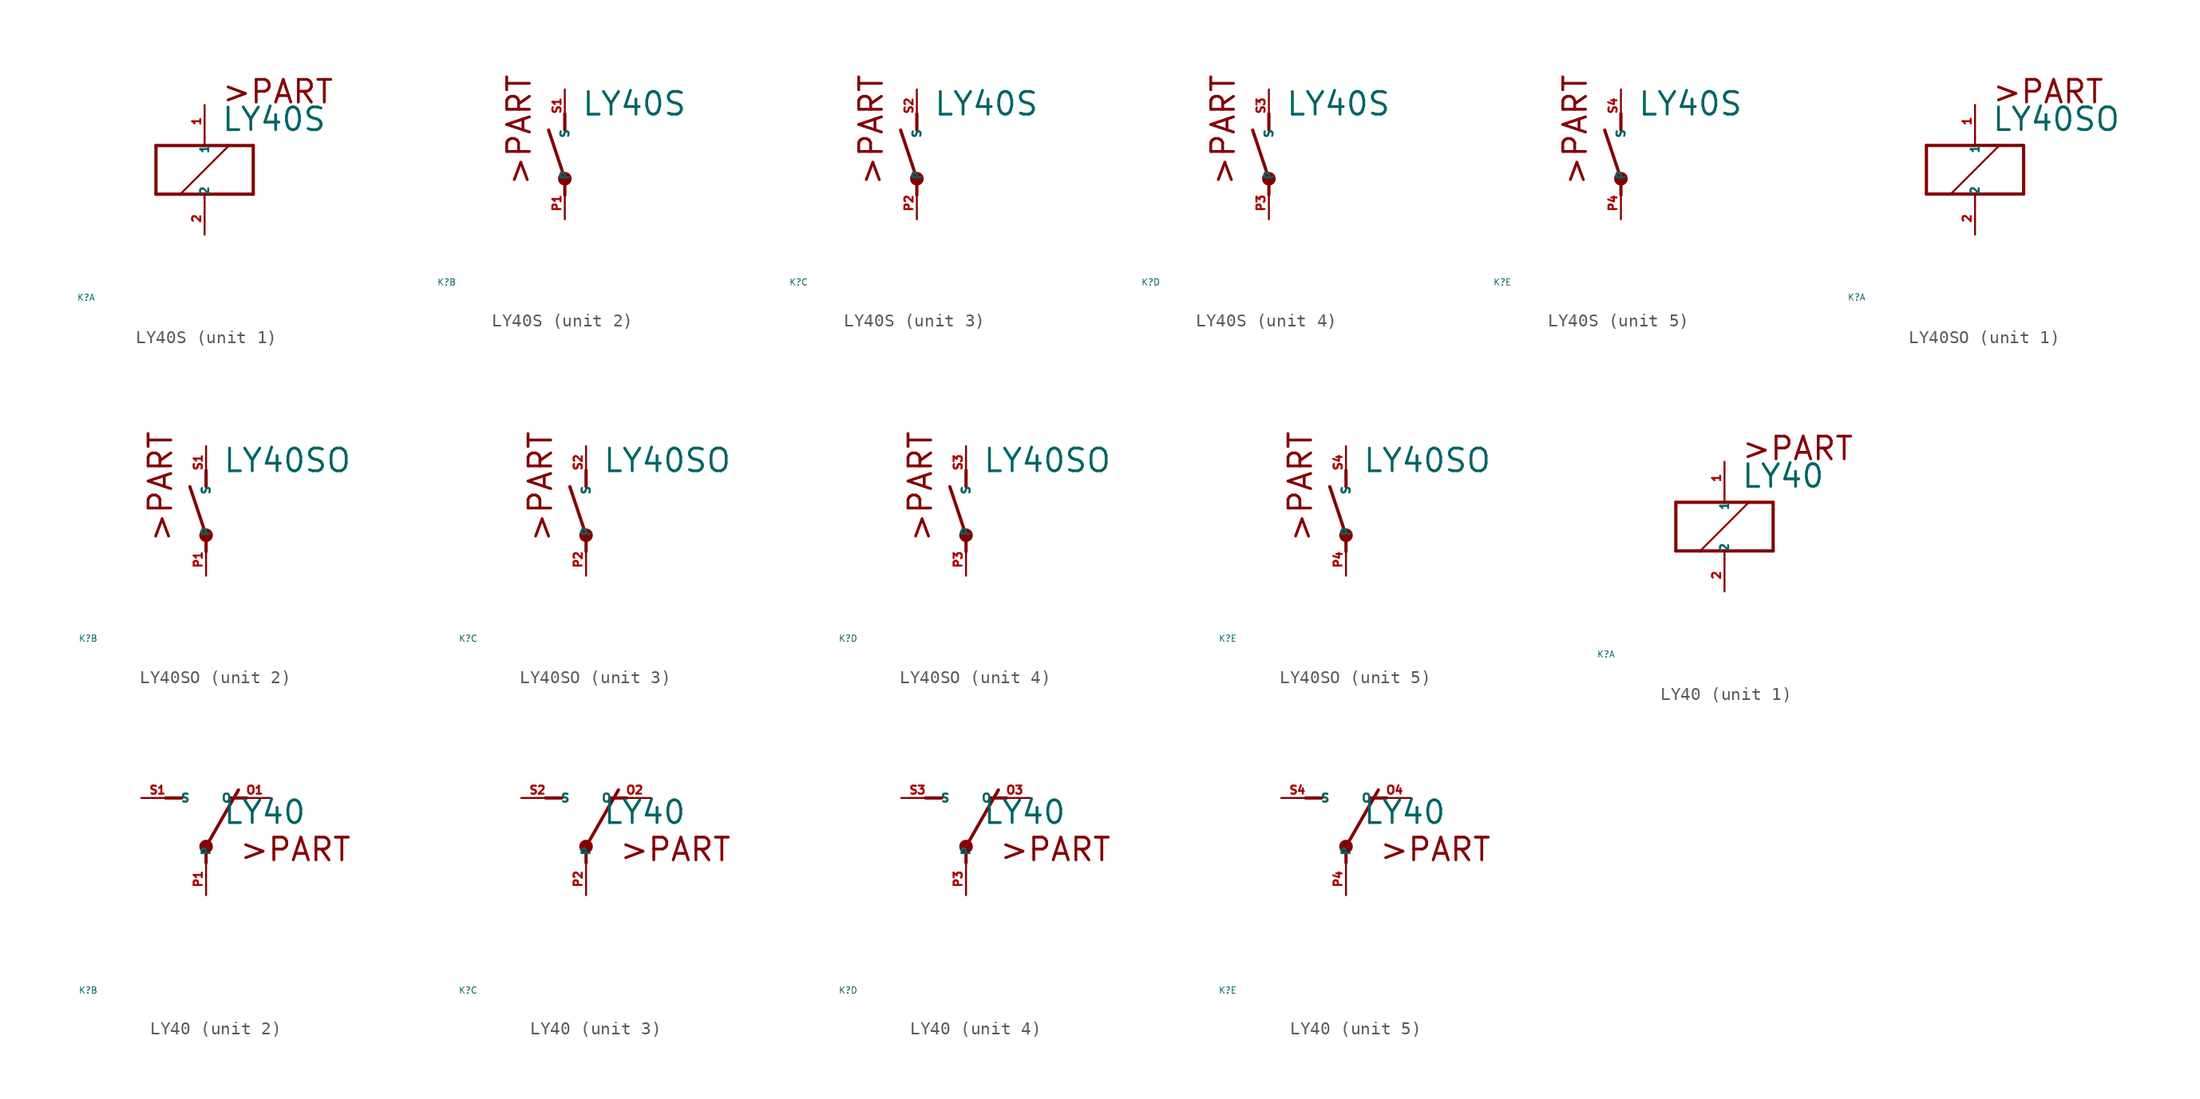
<source format=kicad_sym>
(kicad_symbol_lib
  (version 20220914)
  (generator Eagle2Kicad)
  (symbol "LY40S"
    (property "Reference" "K"
      (at -10 -10 0)
      (effects (font (size 0.5 0.5) (thickness 0.06)) (justify left)))
    (property "Value" "LY40S"
      (at 1.27 2.921 0)
      (effects (font (size 1.778 1.778) (thickness 0.22)) (justify left bottom)))
    (symbol "LY40S_1_0"
      (polyline (pts (xy -3.81 -1.905) (xy -1.905 -1.905)) (stroke (width 0.254) (type default)) (fill (type none)))
      (polyline (pts (xy 3.81 -1.905) (xy 3.81 1.905)) (stroke (width 0.254) (type default)) (fill (type none)))
      (polyline (pts (xy 3.81 1.905) (xy 1.905 1.905)) (stroke (width 0.254) (type default)) (fill (type none)))
      (polyline (pts (xy -3.81 1.905) (xy -3.81 -1.905)) (stroke (width 0.254) (type default)) (fill (type none)))
      (polyline (pts (xy 0 -2.54) (xy 0 -1.905)) (stroke (width 0.152) (type default)) (fill (type none)))
      (polyline (pts (xy 0 -1.905) (xy 3.81 -1.905)) (stroke (width 0.254) (type default)) (fill (type none)))
      (polyline (pts (xy 0 2.54) (xy 0 1.905)) (stroke (width 0.152) (type default)) (fill (type none)))
      (polyline (pts (xy 0 1.905) (xy -3.81 1.905)) (stroke (width 0.254) (type default)) (fill (type none)))
      (polyline (pts (xy -1.905 -1.905) (xy 1.905 1.905)) (stroke (width 0.152) (type default)) (fill (type none)))
      (polyline (pts (xy -1.905 -1.905) (xy 0 -1.905)) (stroke (width 0.254) (type default)) (fill (type none)))
      (polyline (pts (xy 1.905 1.905) (xy 0 1.905)) (stroke (width 0.254) (type default)) (fill (type none)))
      (text ">PART" (at 1.27 5.08 0) (effects (font (size 1.778 1.778) (thickness 0.22)) (justify left bottom)))
      (pin passive line (at 0 -5.08 90) (length 2.54) (name "2" (effects (font (size 0.635 0.635) (thickness 0.08)) (justify left bottom))) (number "2" (effects (font (size 0.635 0.635) (thickness 0.08)) (justify left bottom))))
      (pin passive line (at 0 5.08 270) (length 2.54) (name "1" (effects (font (size 0.635 0.635) (thickness 0.08)) (justify left bottom))) (number "1" (effects (font (size 0.635 0.635) (thickness 0.08)) (justify left bottom)))))
    (symbol "LY40S_2_0"
      (polyline (pts (xy 0 3.175) (xy 0 1.905)) (stroke (width 0.254) (type default)) (fill (type none)))
      (polyline (pts (xy 0 -3.175) (xy 0 -1.905)) (stroke (width 0.254) (type default)) (fill (type none)))
      (polyline (pts (xy 0 -1.905) (xy -1.27 1.905)) (stroke (width 0.254) (type default)) (fill (type none)))
      (text ">PART" (at -2.54 -2.54 900) (effects (font (size 1.778 1.778) (thickness 0.22)) (justify left bottom)))
      (circle (center 0 -1.905) (radius 0.127) (stroke (width 0.406) (type default)) (fill (type none)))
      (pin passive line (at 0 -5.08 90) (length 2.54) (name "P" (effects (font (size 0.635 0.635) (thickness 0.08)) (justify left bottom))) (number "P1" (effects (font (size 0.635 0.635) (thickness 0.08)) (justify left bottom))))
      (pin passive line (at 0 5.08 270) (length 2.54) (name "S" (effects (font (size 0.635 0.635) (thickness 0.08)) (justify left bottom))) (number "S1" (effects (font (size 0.635 0.635) (thickness 0.08)) (justify left bottom)))))
    (symbol "LY40S_3_0"
      (polyline (pts (xy 0 3.175) (xy 0 1.905)) (stroke (width 0.254) (type default)) (fill (type none)))
      (polyline (pts (xy 0 -3.175) (xy 0 -1.905)) (stroke (width 0.254) (type default)) (fill (type none)))
      (polyline (pts (xy 0 -1.905) (xy -1.27 1.905)) (stroke (width 0.254) (type default)) (fill (type none)))
      (text ">PART" (at -2.54 -2.54 900) (effects (font (size 1.778 1.778) (thickness 0.22)) (justify left bottom)))
      (circle (center 0 -1.905) (radius 0.127) (stroke (width 0.406) (type default)) (fill (type none)))
      (pin passive line (at 0 -5.08 90) (length 2.54) (name "P" (effects (font (size 0.635 0.635) (thickness 0.08)) (justify left bottom))) (number "P2" (effects (font (size 0.635 0.635) (thickness 0.08)) (justify left bottom))))
      (pin passive line (at 0 5.08 270) (length 2.54) (name "S" (effects (font (size 0.635 0.635) (thickness 0.08)) (justify left bottom))) (number "S2" (effects (font (size 0.635 0.635) (thickness 0.08)) (justify left bottom)))))
    (symbol "LY40S_4_0"
      (polyline (pts (xy 0 3.175) (xy 0 1.905)) (stroke (width 0.254) (type default)) (fill (type none)))
      (polyline (pts (xy 0 -3.175) (xy 0 -1.905)) (stroke (width 0.254) (type default)) (fill (type none)))
      (polyline (pts (xy 0 -1.905) (xy -1.27 1.905)) (stroke (width 0.254) (type default)) (fill (type none)))
      (text ">PART" (at -2.54 -2.54 900) (effects (font (size 1.778 1.778) (thickness 0.22)) (justify left bottom)))
      (circle (center 0 -1.905) (radius 0.127) (stroke (width 0.406) (type default)) (fill (type none)))
      (pin passive line (at 0 -5.08 90) (length 2.54) (name "P" (effects (font (size 0.635 0.635) (thickness 0.08)) (justify left bottom))) (number "P3" (effects (font (size 0.635 0.635) (thickness 0.08)) (justify left bottom))))
      (pin passive line (at 0 5.08 270) (length 2.54) (name "S" (effects (font (size 0.635 0.635) (thickness 0.08)) (justify left bottom))) (number "S3" (effects (font (size 0.635 0.635) (thickness 0.08)) (justify left bottom)))))
    (symbol "LY40S_5_0"
      (polyline (pts (xy 0 3.175) (xy 0 1.905)) (stroke (width 0.254) (type default)) (fill (type none)))
      (polyline (pts (xy 0 -3.175) (xy 0 -1.905)) (stroke (width 0.254) (type default)) (fill (type none)))
      (polyline (pts (xy 0 -1.905) (xy -1.27 1.905)) (stroke (width 0.254) (type default)) (fill (type none)))
      (text ">PART" (at -2.54 -2.54 900) (effects (font (size 1.778 1.778) (thickness 0.22)) (justify left bottom)))
      (circle (center 0 -1.905) (radius 0.127) (stroke (width 0.406) (type default)) (fill (type none)))
      (pin passive line (at 0 -5.08 90) (length 2.54) (name "P" (effects (font (size 0.635 0.635) (thickness 0.08)) (justify left bottom))) (number "P4" (effects (font (size 0.635 0.635) (thickness 0.08)) (justify left bottom))))
      (pin passive line (at 0 5.08 270) (length 2.54) (name "S" (effects (font (size 0.635 0.635) (thickness 0.08)) (justify left bottom))) (number "S4" (effects (font (size 0.635 0.635) (thickness 0.08)) (justify left bottom))))))
  (symbol "LY40SO"
    (property "Reference" "K"
      (at -10 -10 0)
      (effects (font (size 0.5 0.5) (thickness 0.06)) (justify left)))
    (property "Value" "LY40SO"
      (at 1.27 2.921 0)
      (effects (font (size 1.778 1.778) (thickness 0.22)) (justify left bottom)))
    (symbol "LY40SO_1_0"
      (polyline (pts (xy -3.81 -1.905) (xy -1.905 -1.905)) (stroke (width 0.254) (type default)) (fill (type none)))
      (polyline (pts (xy 3.81 -1.905) (xy 3.81 1.905)) (stroke (width 0.254) (type default)) (fill (type none)))
      (polyline (pts (xy 3.81 1.905) (xy 1.905 1.905)) (stroke (width 0.254) (type default)) (fill (type none)))
      (polyline (pts (xy -3.81 1.905) (xy -3.81 -1.905)) (stroke (width 0.254) (type default)) (fill (type none)))
      (polyline (pts (xy 0 -2.54) (xy 0 -1.905)) (stroke (width 0.152) (type default)) (fill (type none)))
      (polyline (pts (xy 0 -1.905) (xy 3.81 -1.905)) (stroke (width 0.254) (type default)) (fill (type none)))
      (polyline (pts (xy 0 2.54) (xy 0 1.905)) (stroke (width 0.152) (type default)) (fill (type none)))
      (polyline (pts (xy 0 1.905) (xy -3.81 1.905)) (stroke (width 0.254) (type default)) (fill (type none)))
      (polyline (pts (xy -1.905 -1.905) (xy 1.905 1.905)) (stroke (width 0.152) (type default)) (fill (type none)))
      (polyline (pts (xy -1.905 -1.905) (xy 0 -1.905)) (stroke (width 0.254) (type default)) (fill (type none)))
      (polyline (pts (xy 1.905 1.905) (xy 0 1.905)) (stroke (width 0.254) (type default)) (fill (type none)))
      (text ">PART" (at 1.27 5.08 0) (effects (font (size 1.778 1.778) (thickness 0.22)) (justify left bottom)))
      (pin passive line (at 0 -5.08 90) (length 2.54) (name "2" (effects (font (size 0.635 0.635) (thickness 0.08)) (justify left bottom))) (number "2" (effects (font (size 0.635 0.635) (thickness 0.08)) (justify left bottom))))
      (pin passive line (at 0 5.08 270) (length 2.54) (name "1" (effects (font (size 0.635 0.635) (thickness 0.08)) (justify left bottom))) (number "1" (effects (font (size 0.635 0.635) (thickness 0.08)) (justify left bottom)))))
    (symbol "LY40SO_2_0"
      (polyline (pts (xy 0 3.175) (xy 0 1.905)) (stroke (width 0.254) (type default)) (fill (type none)))
      (polyline (pts (xy 0 -3.175) (xy 0 -1.905)) (stroke (width 0.254) (type default)) (fill (type none)))
      (polyline (pts (xy 0 -1.905) (xy -1.27 1.905)) (stroke (width 0.254) (type default)) (fill (type none)))
      (text ">PART" (at -2.54 -2.54 900) (effects (font (size 1.778 1.778) (thickness 0.22)) (justify left bottom)))
      (circle (center 0 -1.905) (radius 0.127) (stroke (width 0.406) (type default)) (fill (type none)))
      (pin passive line (at 0 -5.08 90) (length 2.54) (name "P" (effects (font (size 0.635 0.635) (thickness 0.08)) (justify left bottom))) (number "P1" (effects (font (size 0.635 0.635) (thickness 0.08)) (justify left bottom))))
      (pin passive line (at 0 5.08 270) (length 2.54) (name "S" (effects (font (size 0.635 0.635) (thickness 0.08)) (justify left bottom))) (number "S1" (effects (font (size 0.635 0.635) (thickness 0.08)) (justify left bottom)))))
    (symbol "LY40SO_3_0"
      (polyline (pts (xy 0 3.175) (xy 0 1.905)) (stroke (width 0.254) (type default)) (fill (type none)))
      (polyline (pts (xy 0 -3.175) (xy 0 -1.905)) (stroke (width 0.254) (type default)) (fill (type none)))
      (polyline (pts (xy 0 -1.905) (xy -1.27 1.905)) (stroke (width 0.254) (type default)) (fill (type none)))
      (text ">PART" (at -2.54 -2.54 900) (effects (font (size 1.778 1.778) (thickness 0.22)) (justify left bottom)))
      (circle (center 0 -1.905) (radius 0.127) (stroke (width 0.406) (type default)) (fill (type none)))
      (pin passive line (at 0 -5.08 90) (length 2.54) (name "P" (effects (font (size 0.635 0.635) (thickness 0.08)) (justify left bottom))) (number "P2" (effects (font (size 0.635 0.635) (thickness 0.08)) (justify left bottom))))
      (pin passive line (at 0 5.08 270) (length 2.54) (name "S" (effects (font (size 0.635 0.635) (thickness 0.08)) (justify left bottom))) (number "S2" (effects (font (size 0.635 0.635) (thickness 0.08)) (justify left bottom)))))
    (symbol "LY40SO_4_0"
      (polyline (pts (xy 0 3.175) (xy 0 1.905)) (stroke (width 0.254) (type default)) (fill (type none)))
      (polyline (pts (xy 0 -3.175) (xy 0 -1.905)) (stroke (width 0.254) (type default)) (fill (type none)))
      (polyline (pts (xy 0 -1.905) (xy -1.27 1.905)) (stroke (width 0.254) (type default)) (fill (type none)))
      (text ">PART" (at -2.54 -2.54 900) (effects (font (size 1.778 1.778) (thickness 0.22)) (justify left bottom)))
      (circle (center 0 -1.905) (radius 0.127) (stroke (width 0.406) (type default)) (fill (type none)))
      (pin passive line (at 0 -5.08 90) (length 2.54) (name "P" (effects (font (size 0.635 0.635) (thickness 0.08)) (justify left bottom))) (number "P3" (effects (font (size 0.635 0.635) (thickness 0.08)) (justify left bottom))))
      (pin passive line (at 0 5.08 270) (length 2.54) (name "S" (effects (font (size 0.635 0.635) (thickness 0.08)) (justify left bottom))) (number "S3" (effects (font (size 0.635 0.635) (thickness 0.08)) (justify left bottom)))))
    (symbol "LY40SO_5_0"
      (polyline (pts (xy 0 3.175) (xy 0 1.905)) (stroke (width 0.254) (type default)) (fill (type none)))
      (polyline (pts (xy 0 -3.175) (xy 0 -1.905)) (stroke (width 0.254) (type default)) (fill (type none)))
      (polyline (pts (xy 0 -1.905) (xy -1.27 1.905)) (stroke (width 0.254) (type default)) (fill (type none)))
      (text ">PART" (at -2.54 -2.54 900) (effects (font (size 1.778 1.778) (thickness 0.22)) (justify left bottom)))
      (circle (center 0 -1.905) (radius 0.127) (stroke (width 0.406) (type default)) (fill (type none)))
      (pin passive line (at 0 -5.08 90) (length 2.54) (name "P" (effects (font (size 0.635 0.635) (thickness 0.08)) (justify left bottom))) (number "P4" (effects (font (size 0.635 0.635) (thickness 0.08)) (justify left bottom))))
      (pin passive line (at 0 5.08 270) (length 2.54) (name "S" (effects (font (size 0.635 0.635) (thickness 0.08)) (justify left bottom))) (number "S4" (effects (font (size 0.635 0.635) (thickness 0.08)) (justify left bottom))))))
  (symbol "LY40"
    (property "Reference" "K"
      (at -10 -10 0)
      (effects (font (size 0.5 0.5) (thickness 0.06)) (justify left)))
    (property "Value" "LY40"
      (at 1.27 2.921 0)
      (effects (font (size 1.778 1.778) (thickness 0.22)) (justify left bottom)))
    (symbol "LY40_1_0"
      (polyline (pts (xy -3.81 -1.905) (xy -1.905 -1.905)) (stroke (width 0.254) (type default)) (fill (type none)))
      (polyline (pts (xy 3.81 -1.905) (xy 3.81 1.905)) (stroke (width 0.254) (type default)) (fill (type none)))
      (polyline (pts (xy 3.81 1.905) (xy 1.905 1.905)) (stroke (width 0.254) (type default)) (fill (type none)))
      (polyline (pts (xy -3.81 1.905) (xy -3.81 -1.905)) (stroke (width 0.254) (type default)) (fill (type none)))
      (polyline (pts (xy 0 -2.54) (xy 0 -1.905)) (stroke (width 0.152) (type default)) (fill (type none)))
      (polyline (pts (xy 0 -1.905) (xy 3.81 -1.905)) (stroke (width 0.254) (type default)) (fill (type none)))
      (polyline (pts (xy 0 2.54) (xy 0 1.905)) (stroke (width 0.152) (type default)) (fill (type none)))
      (polyline (pts (xy 0 1.905) (xy -3.81 1.905)) (stroke (width 0.254) (type default)) (fill (type none)))
      (polyline (pts (xy -1.905 -1.905) (xy 1.905 1.905)) (stroke (width 0.152) (type default)) (fill (type none)))
      (polyline (pts (xy -1.905 -1.905) (xy 0 -1.905)) (stroke (width 0.254) (type default)) (fill (type none)))
      (polyline (pts (xy 1.905 1.905) (xy 0 1.905)) (stroke (width 0.254) (type default)) (fill (type none)))
      (text ">PART" (at 1.27 5.08 0) (effects (font (size 1.778 1.778) (thickness 0.22)) (justify left bottom)))
      (pin passive line (at 0 -5.08 90) (length 2.54) (name "2" (effects (font (size 0.635 0.635) (thickness 0.08)) (justify left bottom))) (number "2" (effects (font (size 0.635 0.635) (thickness 0.08)) (justify left bottom))))
      (pin passive line (at 0 5.08 270) (length 2.54) (name "1" (effects (font (size 0.635 0.635) (thickness 0.08)) (justify left bottom))) (number "1" (effects (font (size 0.635 0.635) (thickness 0.08)) (justify left bottom)))))
    (symbol "LY40_2_0"
      (polyline (pts (xy 3.175 5.08) (xy 1.905 5.08)) (stroke (width 0.254) (type default)) (fill (type none)))
      (polyline (pts (xy -3.175 5.08) (xy -1.905 5.08)) (stroke (width 0.254) (type default)) (fill (type none)))
      (polyline (pts (xy 0 1.27) (xy 2.54 5.715)) (stroke (width 0.254) (type default)) (fill (type none)))
      (polyline (pts (xy 0 1.27) (xy 0 0)) (stroke (width 0.254) (type default)) (fill (type none)))
      (text ">PART" (at 2.54 0 0) (effects (font (size 1.778 1.778) (thickness 0.22)) (justify left bottom)))
      (circle (center 0 1.27) (radius 0.127) (stroke (width 0.406) (type default)) (fill (type none)))
      (pin passive line (at 5.08 5.08 180) (length 2.54) (name "O" (effects (font (size 0.635 0.635) (thickness 0.08)) (justify left bottom))) (number "O1" (effects (font (size 0.635 0.635) (thickness 0.08)) (justify left bottom))))
      (pin passive line (at -5.08 5.08 0) (length 2.54) (name "S" (effects (font (size 0.635 0.635) (thickness 0.08)) (justify left bottom))) (number "S1" (effects (font (size 0.635 0.635) (thickness 0.08)) (justify left bottom))))
      (pin passive line (at 0 -2.54 90) (length 2.54) (name "P" (effects (font (size 0.635 0.635) (thickness 0.08)) (justify left bottom))) (number "P1" (effects (font (size 0.635 0.635) (thickness 0.08)) (justify left bottom)))))
    (symbol "LY40_3_0"
      (polyline (pts (xy 3.175 5.08) (xy 1.905 5.08)) (stroke (width 0.254) (type default)) (fill (type none)))
      (polyline (pts (xy -3.175 5.08) (xy -1.905 5.08)) (stroke (width 0.254) (type default)) (fill (type none)))
      (polyline (pts (xy 0 1.27) (xy 2.54 5.715)) (stroke (width 0.254) (type default)) (fill (type none)))
      (polyline (pts (xy 0 1.27) (xy 0 0)) (stroke (width 0.254) (type default)) (fill (type none)))
      (text ">PART" (at 2.54 0 0) (effects (font (size 1.778 1.778) (thickness 0.22)) (justify left bottom)))
      (circle (center 0 1.27) (radius 0.127) (stroke (width 0.406) (type default)) (fill (type none)))
      (pin passive line (at 5.08 5.08 180) (length 2.54) (name "O" (effects (font (size 0.635 0.635) (thickness 0.08)) (justify left bottom))) (number "O2" (effects (font (size 0.635 0.635) (thickness 0.08)) (justify left bottom))))
      (pin passive line (at -5.08 5.08 0) (length 2.54) (name "S" (effects (font (size 0.635 0.635) (thickness 0.08)) (justify left bottom))) (number "S2" (effects (font (size 0.635 0.635) (thickness 0.08)) (justify left bottom))))
      (pin passive line (at 0 -2.54 90) (length 2.54) (name "P" (effects (font (size 0.635 0.635) (thickness 0.08)) (justify left bottom))) (number "P2" (effects (font (size 0.635 0.635) (thickness 0.08)) (justify left bottom)))))
    (symbol "LY40_4_0"
      (polyline (pts (xy 3.175 5.08) (xy 1.905 5.08)) (stroke (width 0.254) (type default)) (fill (type none)))
      (polyline (pts (xy -3.175 5.08) (xy -1.905 5.08)) (stroke (width 0.254) (type default)) (fill (type none)))
      (polyline (pts (xy 0 1.27) (xy 2.54 5.715)) (stroke (width 0.254) (type default)) (fill (type none)))
      (polyline (pts (xy 0 1.27) (xy 0 0)) (stroke (width 0.254) (type default)) (fill (type none)))
      (text ">PART" (at 2.54 0 0) (effects (font (size 1.778 1.778) (thickness 0.22)) (justify left bottom)))
      (circle (center 0 1.27) (radius 0.127) (stroke (width 0.406) (type default)) (fill (type none)))
      (pin passive line (at 5.08 5.08 180) (length 2.54) (name "O" (effects (font (size 0.635 0.635) (thickness 0.08)) (justify left bottom))) (number "O3" (effects (font (size 0.635 0.635) (thickness 0.08)) (justify left bottom))))
      (pin passive line (at -5.08 5.08 0) (length 2.54) (name "S" (effects (font (size 0.635 0.635) (thickness 0.08)) (justify left bottom))) (number "S3" (effects (font (size 0.635 0.635) (thickness 0.08)) (justify left bottom))))
      (pin passive line (at 0 -2.54 90) (length 2.54) (name "P" (effects (font (size 0.635 0.635) (thickness 0.08)) (justify left bottom))) (number "P3" (effects (font (size 0.635 0.635) (thickness 0.08)) (justify left bottom)))))
    (symbol "LY40_5_0"
      (polyline (pts (xy 3.175 5.08) (xy 1.905 5.08)) (stroke (width 0.254) (type default)) (fill (type none)))
      (polyline (pts (xy -3.175 5.08) (xy -1.905 5.08)) (stroke (width 0.254) (type default)) (fill (type none)))
      (polyline (pts (xy 0 1.27) (xy 2.54 5.715)) (stroke (width 0.254) (type default)) (fill (type none)))
      (polyline (pts (xy 0 1.27) (xy 0 0)) (stroke (width 0.254) (type default)) (fill (type none)))
      (text ">PART" (at 2.54 0 0) (effects (font (size 1.778 1.778) (thickness 0.22)) (justify left bottom)))
      (circle (center 0 1.27) (radius 0.127) (stroke (width 0.406) (type default)) (fill (type none)))
      (pin passive line (at 5.08 5.08 180) (length 2.54) (name "O" (effects (font (size 0.635 0.635) (thickness 0.08)) (justify left bottom))) (number "O4" (effects (font (size 0.635 0.635) (thickness 0.08)) (justify left bottom))))
      (pin passive line (at -5.08 5.08 0) (length 2.54) (name "S" (effects (font (size 0.635 0.635) (thickness 0.08)) (justify left bottom))) (number "S4" (effects (font (size 0.635 0.635) (thickness 0.08)) (justify left bottom))))
      (pin passive line (at 0 -2.54 90) (length 2.54) (name "P" (effects (font (size 0.635 0.635) (thickness 0.08)) (justify left bottom))) (number "P4" (effects (font (size 0.635 0.635) (thickness 0.08)) (justify left bottom)))))))
</source>
